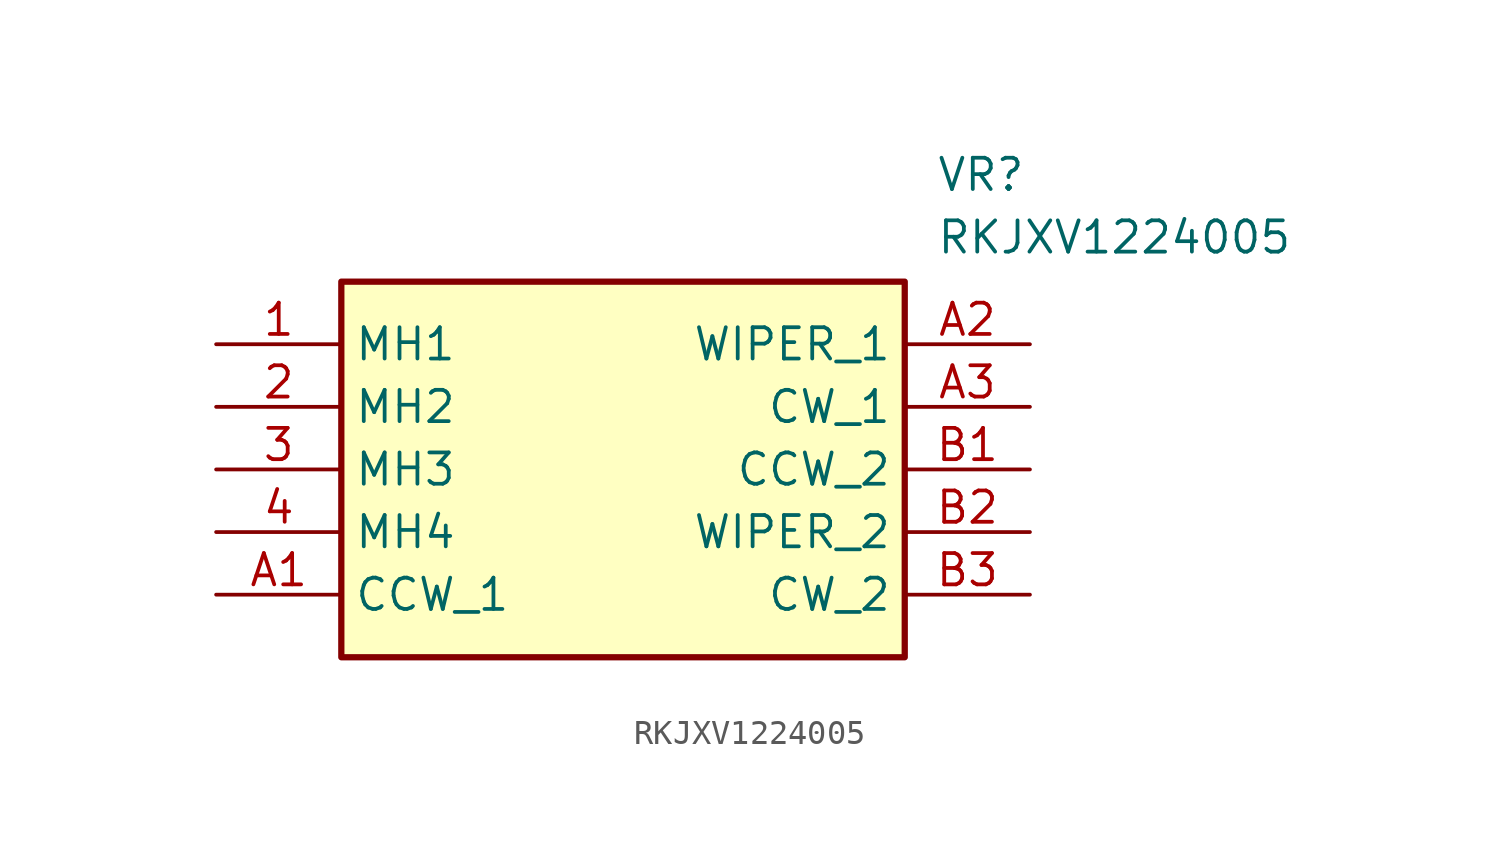
<source format=kicad_sym>
(kicad_symbol_lib
  (version 20211014)
  (generator SamacSys_ECAD_Model)
  (symbol "RKJXV1224005"
    (property "Reference" "VR"
      (at 29.21 7.62 0)
      (effects (font (size 1.27 1.27)) (justify left top)))
    (property "Value" "RKJXV1224005"
      (at 29.21 5.08 0)
      (effects (font (size 1.27 1.27)) (justify left top)))
    (rectangle
      (start 5.08 2.54)
      (end 27.94 -12.7)
      (stroke (width 0.254) (type default))
      (fill (type background)))
    (pin passive line
      (at 0 0 0)
      (length 5.08)
      (name "MH1" (effects (font (size 1.27 1.27))))
      (number "1" (effects (font (size 1.27 1.27)))))
    (pin passive line
      (at 0 -2.54 0)
      (length 5.08)
      (name "MH2" (effects (font (size 1.27 1.27))))
      (number "2" (effects (font (size 1.27 1.27)))))
    (pin passive line
      (at 0 -5.08 0)
      (length 5.08)
      (name "MH3" (effects (font (size 1.27 1.27))))
      (number "3" (effects (font (size 1.27 1.27)))))
    (pin passive line
      (at 0 -7.62 0)
      (length 5.08)
      (name "MH4" (effects (font (size 1.27 1.27))))
      (number "4" (effects (font (size 1.27 1.27)))))
    (pin passive line
      (at 0 -10.16 0)
      (length 5.08)
      (name "CCW_1" (effects (font (size 1.27 1.27))))
      (number "A1" (effects (font (size 1.27 1.27)))))
    (pin passive line
      (at 33.02 0 180)
      (length 5.08)
      (name "WIPER_1" (effects (font (size 1.27 1.27))))
      (number "A2" (effects (font (size 1.27 1.27)))))
    (pin passive line
      (at 33.02 -2.54 180)
      (length 5.08)
      (name "CW_1" (effects (font (size 1.27 1.27))))
      (number "A3" (effects (font (size 1.27 1.27)))))
    (pin passive line
      (at 33.02 -5.08 180)
      (length 5.08)
      (name "CCW_2" (effects (font (size 1.27 1.27))))
      (number "B1" (effects (font (size 1.27 1.27)))))
    (pin passive line
      (at 33.02 -7.62 180)
      (length 5.08)
      (name "WIPER_2" (effects (font (size 1.27 1.27))))
      (number "B2" (effects (font (size 1.27 1.27)))))
    (pin passive line
      (at 33.02 -10.16 180)
      (length 5.08)
      (name "CW_2" (effects (font (size 1.27 1.27))))
      (number "B3" (effects (font (size 1.27 1.27)))))))
</source>
